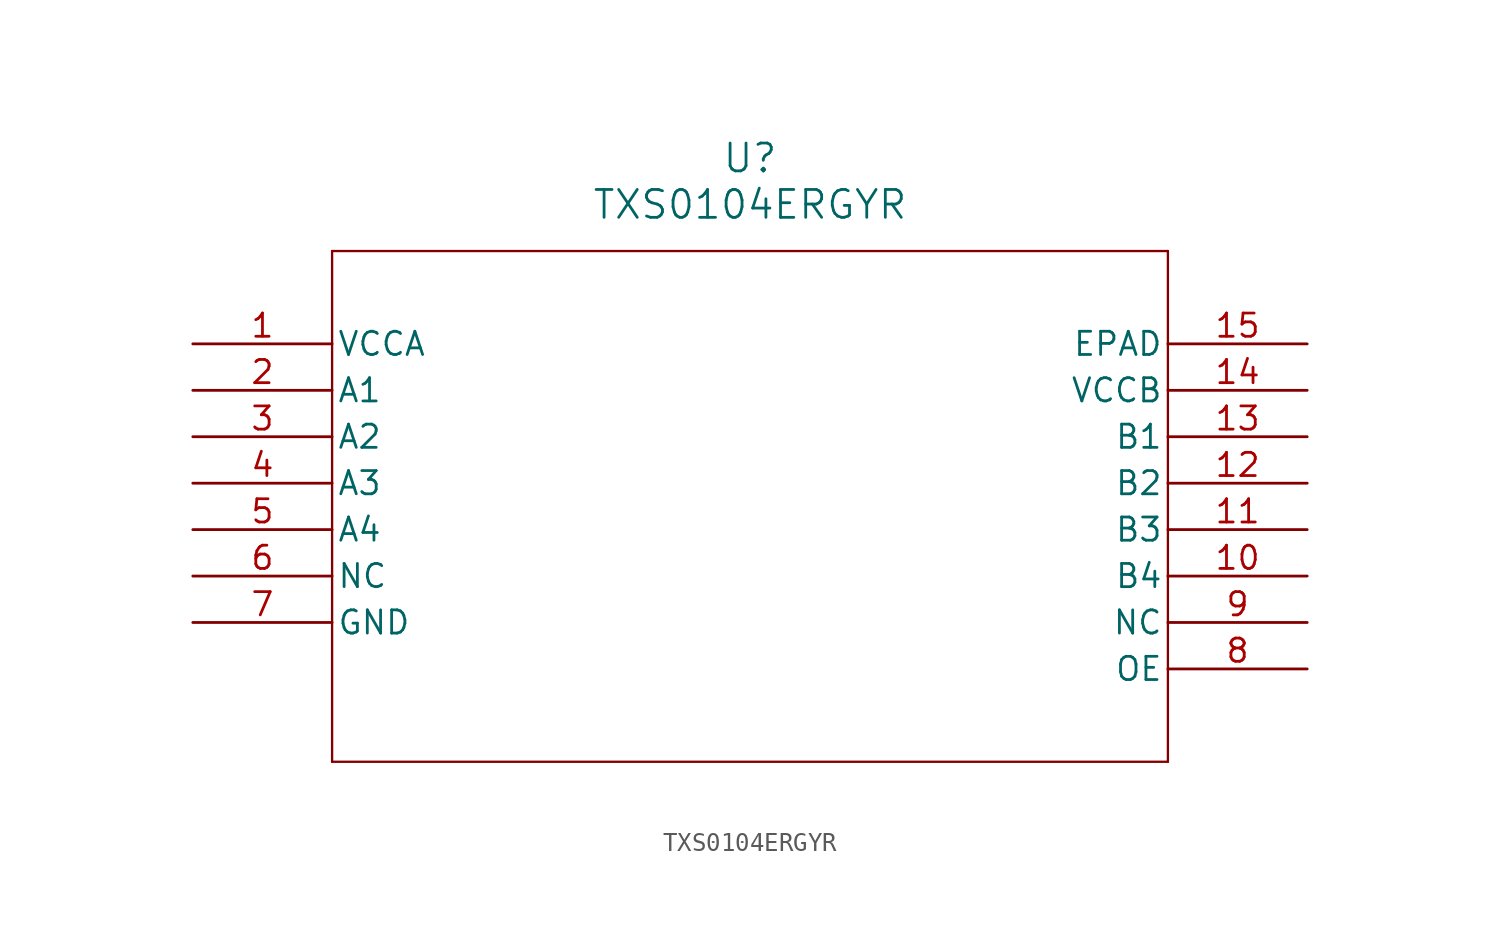
<source format=kicad_sym>
(kicad_symbol_lib
  (version 20211014)
  (generator kicad_symbol_editor)
  (symbol "TXS0104ERGYR"
    (pin_names
      (offset 0.254))
    (property "Reference" "U"
      (at 30.48 10.16 0)
      (effects (font (size 1.524 1.524))))
    (property "Value" "TXS0104ERGYR"
      (at 30.48 7.62 0)
      (effects (font (size 1.524 1.524))))
    (symbol "TXS0104ERGYR_0_1"
      (polyline (pts (xy 7.62 5.08) (xy 7.62 -22.86)) (stroke (width 0.127) (type default) (color 0 0 0 0)) (fill (type none)))
      (polyline (pts (xy 7.62 -22.86) (xy 53.34 -22.86)) (stroke (width 0.127) (type default) (color 0 0 0 0)) (fill (type none)))
      (polyline (pts (xy 53.34 -22.86) (xy 53.34 5.08)) (stroke (width 0.127) (type default) (color 0 0 0 0)) (fill (type none)))
      (polyline (pts (xy 53.34 5.08) (xy 7.62 5.08)) (stroke (width 0.127) (type default) (color 0 0 0 0)) (fill (type none)))
      (pin power_in line (at 0 0 0) (length 7.62) (name "VCCA" (effects (font (size 1.27 1.27)))) (number "1" (effects (font (size 1.27 1.27)))))
      (pin bidirectional line (at 0 -2.54 0) (length 7.62) (name "A1" (effects (font (size 1.27 1.27)))) (number "2" (effects (font (size 1.27 1.27)))))
      (pin bidirectional line (at 0 -5.08 0) (length 7.62) (name "A2" (effects (font (size 1.27 1.27)))) (number "3" (effects (font (size 1.27 1.27)))))
      (pin bidirectional line (at 0 -7.62 0) (length 7.62) (name "A3" (effects (font (size 1.27 1.27)))) (number "4" (effects (font (size 1.27 1.27)))))
      (pin bidirectional line (at 0 -10.16 0) (length 7.62) (name "A4" (effects (font (size 1.27 1.27)))) (number "5" (effects (font (size 1.27 1.27)))))
      (pin unspecified line (at 0 -12.7 0) (length 7.62) (name "NC" (effects (font (size 1.27 1.27)))) (number "6" (effects (font (size 1.27 1.27)))))
      (pin power_in line (at 0 -15.24 0) (length 7.62) (name "GND" (effects (font (size 1.27 1.27)))) (number "7" (effects (font (size 1.27 1.27)))))
      (pin output line (at 60.96 -17.78 180) (length 7.62) (name "OE" (effects (font (size 1.27 1.27)))) (number "8" (effects (font (size 1.27 1.27)))))
      (pin unspecified line (at 60.96 -15.24 180) (length 7.62) (name "NC" (effects (font (size 1.27 1.27)))) (number "9" (effects (font (size 1.27 1.27)))))
      (pin bidirectional line (at 60.96 -12.7 180) (length 7.62) (name "B4" (effects (font (size 1.27 1.27)))) (number "10" (effects (font (size 1.27 1.27)))))
      (pin bidirectional line (at 60.96 -10.16 180) (length 7.62) (name "B3" (effects (font (size 1.27 1.27)))) (number "11" (effects (font (size 1.27 1.27)))))
      (pin bidirectional line (at 60.96 -7.62 180) (length 7.62) (name "B2" (effects (font (size 1.27 1.27)))) (number "12" (effects (font (size 1.27 1.27)))))
      (pin bidirectional line (at 60.96 -5.08 180) (length 7.62) (name "B1" (effects (font (size 1.27 1.27)))) (number "13" (effects (font (size 1.27 1.27)))))
      (pin power_in line (at 60.96 -2.54 180) (length 7.62) (name "VCCB" (effects (font (size 1.27 1.27)))) (number "14" (effects (font (size 1.27 1.27)))))
      (pin unspecified line (at 60.96 0 180) (length 7.62) (name "EPAD" (effects (font (size 1.27 1.27)))) (number "15" (effects (font (size 1.27 1.27))))))))
</source>
